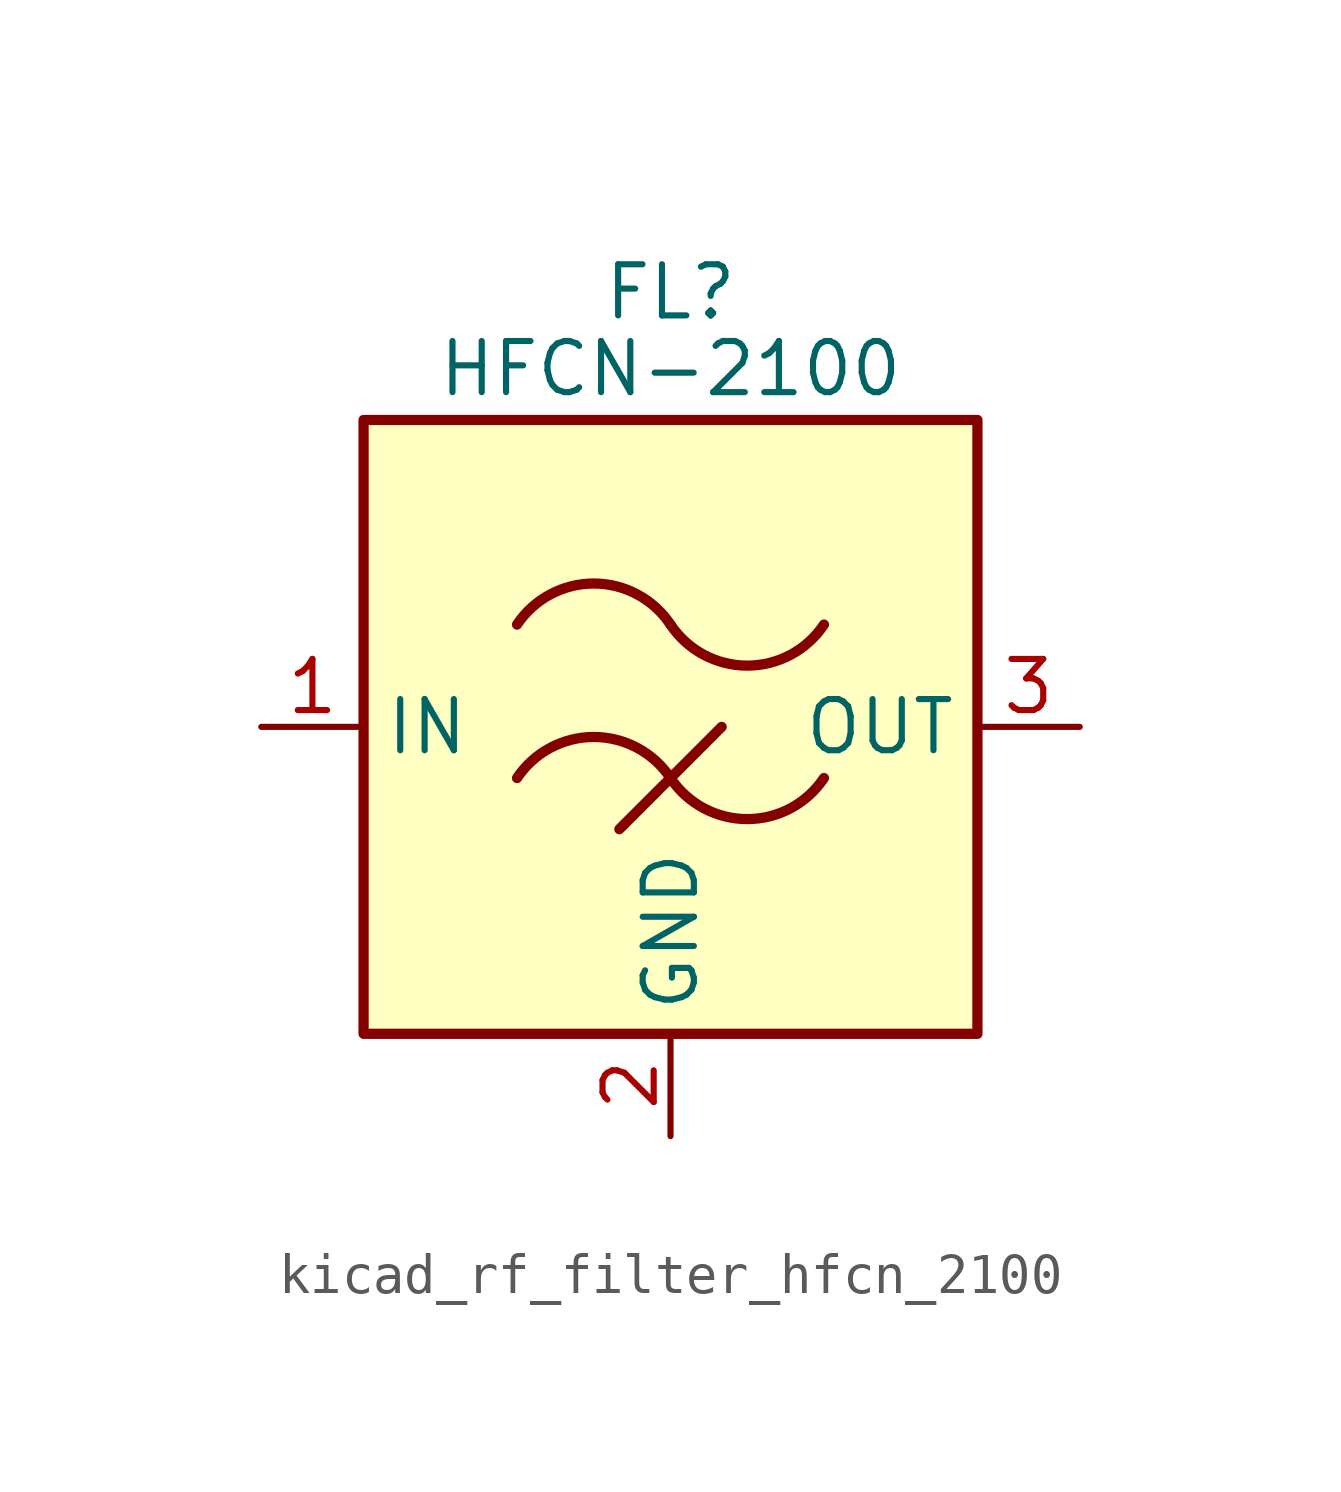
<source format=kicad_sym>
(kicad_symbol_lib
  (version 20220914)
  (generator kicad_symbol_editor)
  (symbol "kicad_rf_filter_hfcn_2100"
    (property "Reference" "FL"
      (at 0 10.795 0)
      (effects (font (size 1.27 1.27))))
    (property "Value" "HFCN-2100"
      (at 0 8.89 0)
      (effects (font (size 1.27 1.27))))
    (symbol "kicad_rf_filter_hfcn_2100_0_1"
      (rectangle (start -7.62 7.62) (end 7.62 -7.62) (stroke (width 0.254) (type default)) (fill (type background)))
      (arc (start 0 -1.27) (mid -1.905 -0.2505) (end -3.81 -1.27) (stroke (width 0.254) (type default)) (fill (type none)))
      (arc (start 0 -1.27) (mid 1.905 -2.2895) (end 3.81 -1.27) (stroke (width 0.254) (type default)) (fill (type none)))
      (polyline (pts (xy -1.27 -2.54) (xy 1.27 0)) (stroke (width 0.254) (type default)) (fill (type none)))
      (arc (start 0 2.54) (mid -1.905 3.5595) (end -3.81 2.54) (stroke (width 0.254) (type default)) (fill (type none)))
      (arc (start 0 2.54) (mid 1.905 1.5205) (end 3.81 2.54) (stroke (width 0.254) (type default)) (fill (type none))))
    (symbol "kicad_rf_filter_hfcn_2100_1_1"
      (pin passive line (at -10.16 0 0) (length 2.54) (name "IN" (effects (font (size 1.27 1.27)))) (number "1" (effects (font (size 1.27 1.27)))))
      (pin passive line (at 0 -10.16 90) (length 2.54) (name "GND" (effects (font (size 1.27 1.27)))) (number "2" (effects (font (size 1.27 1.27)))))
      (pin passive line (at 10.16 0 180) (length 2.54) (name "OUT" (effects (font (size 1.27 1.27)))) (number "3" (effects (font (size 1.27 1.27)))))
      (pin passive line (at 0 -10.16 90) (length 2.54) hide (name "GND" (effects (font (size 1.27 1.27)))) (number "4" (effects (font (size 1.27 1.27))))))))
</source>
